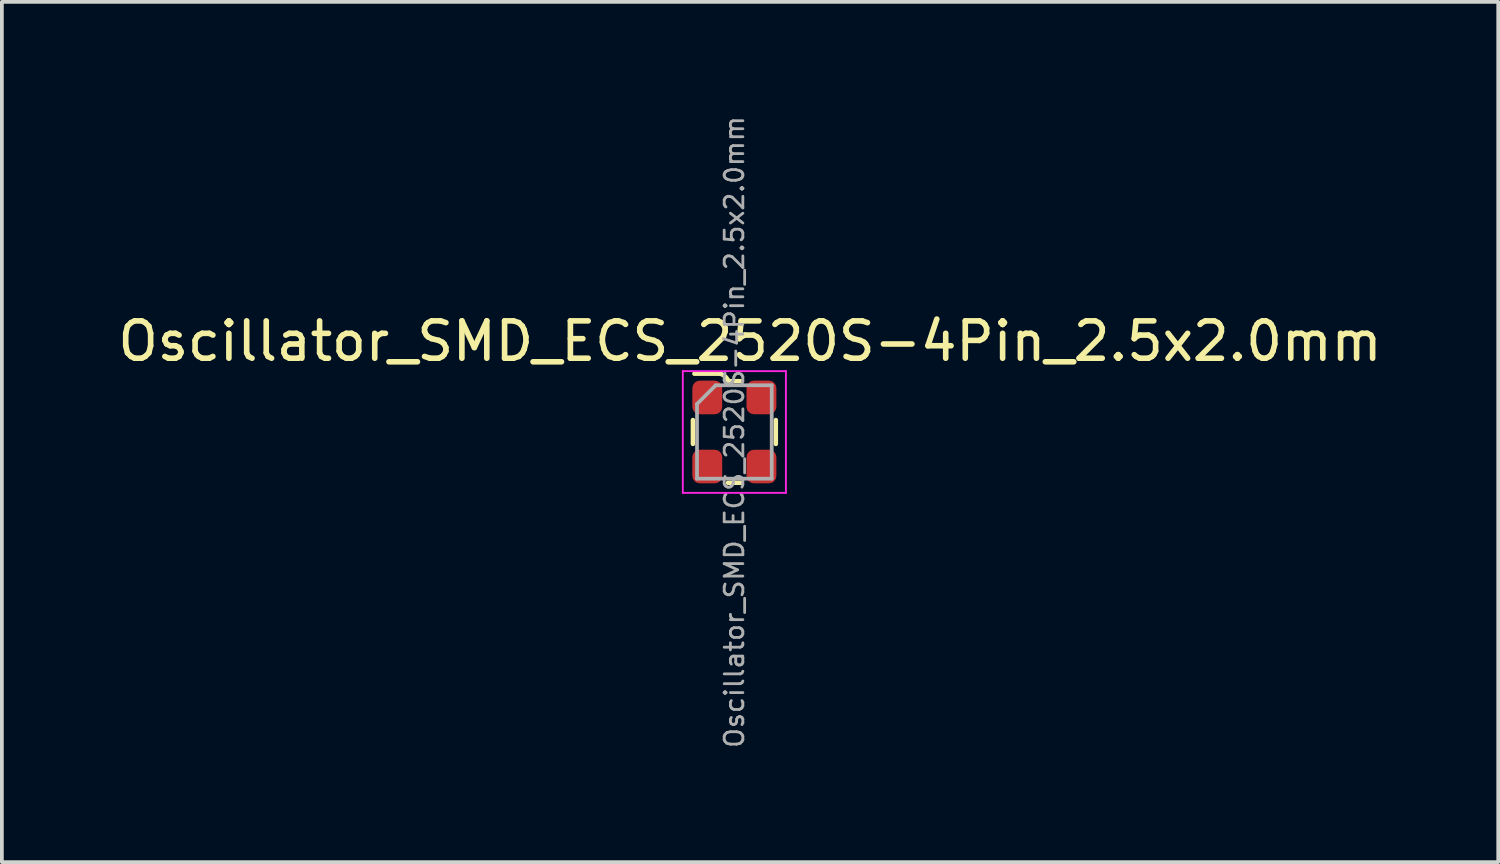
<source format=kicad_pcb>
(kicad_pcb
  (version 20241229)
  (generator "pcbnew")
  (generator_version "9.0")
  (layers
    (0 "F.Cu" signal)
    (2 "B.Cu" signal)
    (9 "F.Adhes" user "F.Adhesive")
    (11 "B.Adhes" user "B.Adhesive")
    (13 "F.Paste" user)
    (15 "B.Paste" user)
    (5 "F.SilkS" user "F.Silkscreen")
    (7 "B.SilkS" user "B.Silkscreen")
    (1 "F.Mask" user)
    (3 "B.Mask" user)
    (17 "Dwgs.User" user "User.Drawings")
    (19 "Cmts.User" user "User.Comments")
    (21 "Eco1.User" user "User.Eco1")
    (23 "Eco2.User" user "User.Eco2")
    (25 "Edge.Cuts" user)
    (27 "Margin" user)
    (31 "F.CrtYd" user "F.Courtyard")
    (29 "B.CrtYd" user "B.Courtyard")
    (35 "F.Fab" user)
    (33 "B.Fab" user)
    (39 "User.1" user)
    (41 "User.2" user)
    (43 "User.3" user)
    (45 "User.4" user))
  (footprint "Oscillator_SMD_ECS_2520S-4Pin_2.5x2.0mm"
    (layer "F.Cu")
    (at 16.63 8.485)
    (property "Reference" "Oscillator_SMD_ECS_2520S-4Pin_2.5x2.0mm" (at 0.4 -2.4 0) (layer "F.SilkS") (effects (font (size 1 1) (thickness 0.15))))
    (attr through_hole)
    (fp_line (start -1.13 0.35) (end -1.13 -0.29) (stroke (width 0.12) (type solid)) (layer "F.SilkS"))
    (fp_line (start -0.4 -1.53) (end -1.09 -1.53) (stroke (width 0.12) (type solid)) (layer "F.SilkS"))
    (fp_line (start -0.19 1.39) (end 0.15 1.39) (stroke (width 0.12) (type solid)) (layer "F.SilkS"))
    (fp_line (start -0.18 -1.33) (end 0.15 -1.33) (stroke (width 0.12) (type solid)) (layer "F.SilkS"))
    (fp_line (start 1.09 0.35) (end 1.09 -0.29) (stroke (width 0.12) (type solid)) (layer "F.SilkS"))
    (fp_arc (start -0.4 -1.53) (mid -0.266393 -1.455967) (end -0.18 -1.33) (stroke (width 0.12) (type solid)) (layer "F.SilkS"))
    (fp_line (start -1.4 -1.6) (end -1.4 1.66) (stroke (width 0.05) (type solid)) (layer "F.CrtYd"))
    (fp_line (start -1.4 -1.6) (end 1.36 -1.6) (stroke (width 0.05) (type solid)) (layer "F.CrtYd"))
    (fp_line (start -1.4 1.66) (end 1.36 1.66) (stroke (width 0.05) (type solid)) (layer "F.CrtYd"))
    (fp_line (start 1.36 -1.6) (end 1.36 1.66) (stroke (width 0.05) (type solid)) (layer "F.CrtYd"))
    (fp_line (start -1.02 -0.72) (end -1.02 1.28) (stroke (width 0.1) (type solid)) (layer "F.Fab"))
    (fp_line (start -1.02 -0.72) (end -0.52 -1.22) (stroke (width 0.1) (type solid)) (layer "F.Fab"))
    (fp_line (start -1.02 1.28) (end 0.98 1.28) (stroke (width 0.1) (type solid)) (layer "F.Fab"))
    (fp_line (start -0.52 -1.22) (end 0.98 -1.22) (stroke (width 0.1) (type solid)) (layer "F.Fab"))
    (fp_line (start 0.98 -1.22) (end 0.98 1.28) (stroke (width 0.1) (type solid)) (layer "F.Fab"))
    (fp_text user "${REFERENCE}" (at -0.02 0.03 90) (layer "F.Fab") (effects (font (size 0.5 0.5) (thickness 0.075))))
    (pad "1" smd roundrect (at -0.745 -0.895) (size 0.8 0.9) (layers "F.Cu" "F.Mask" "F.Paste") (roundrect_rratio 0.25))
    (pad "2" smd roundrect (at -0.745 0.955) (size 0.8 0.9) (layers "F.Cu" "F.Mask" "F.Paste") (roundrect_rratio 0.25))
    (pad "3" smd roundrect (at 0.705 0.955) (size 0.8 0.9) (layers "F.Cu" "F.Mask" "F.Paste") (roundrect_rratio 0.25))
    (pad "4" smd roundrect (at 0.705 -0.895) (size 0.8 0.9) (layers "F.Cu" "F.Mask" "F.Paste") (roundrect_rratio 0.25)))
  (gr_rect
    (start -3 -3)
    (end 37.06 20.03)
    (stroke (width 0.1) (type default))
    (fill no)
    (layer "Edge.Cuts")))
</source>
